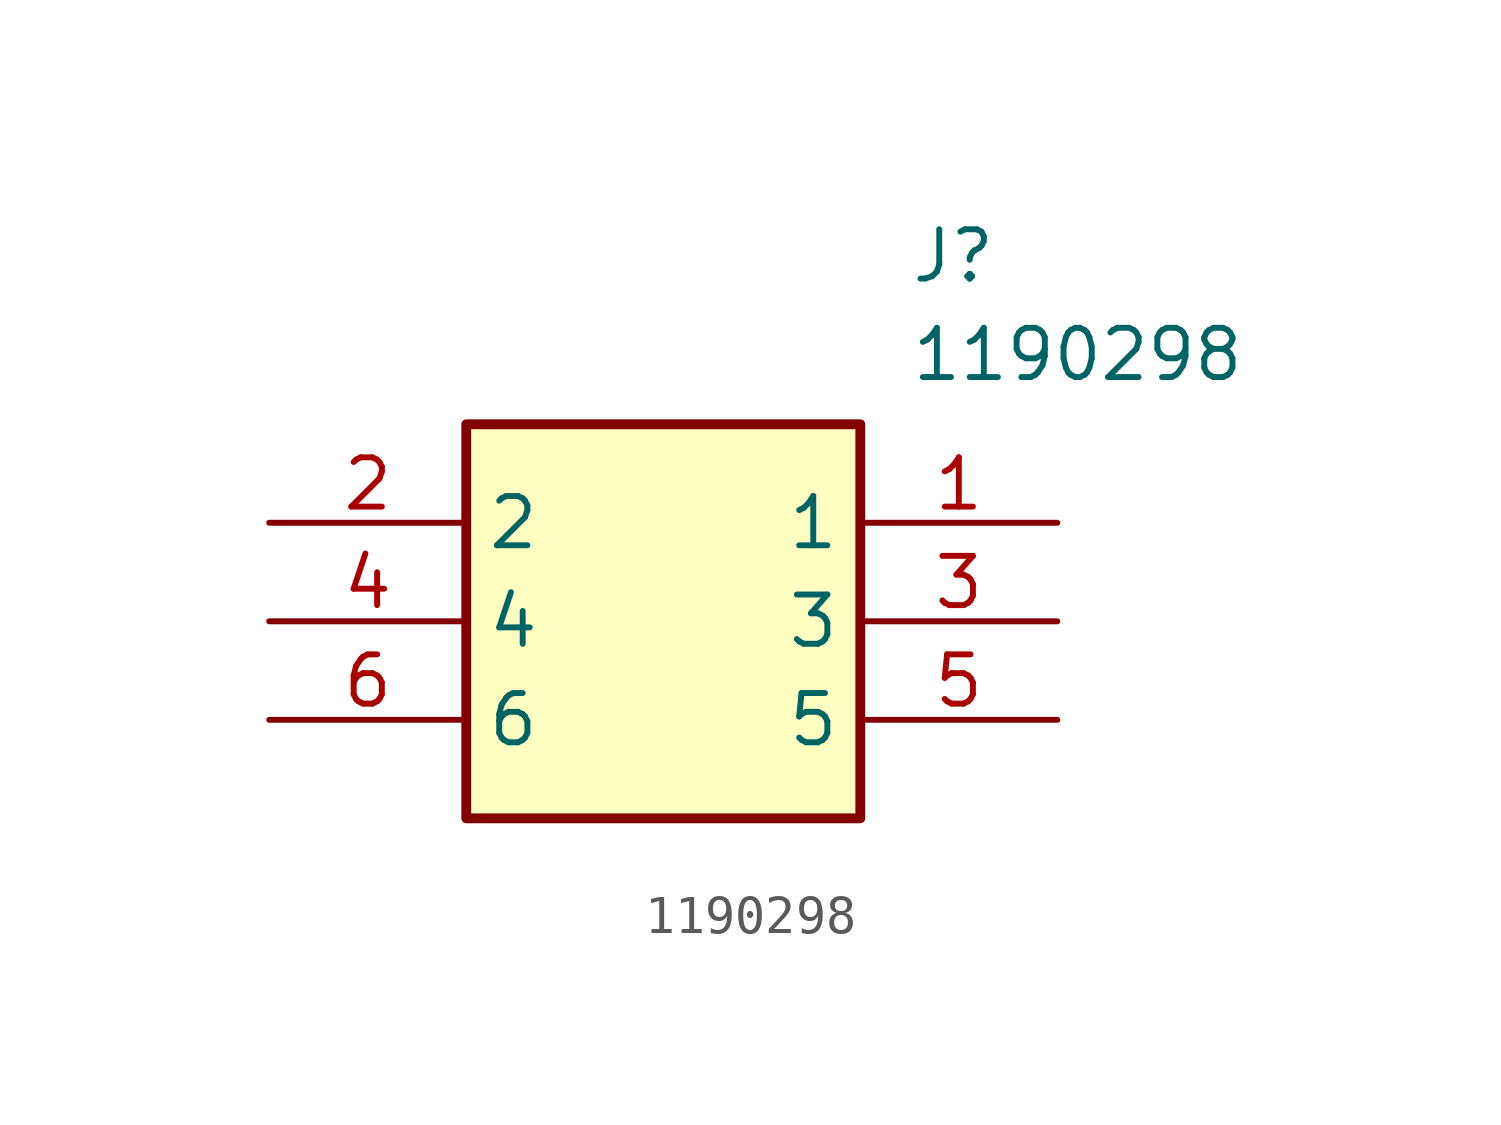
<source format=kicad_sym>
(kicad_symbol_lib
  (version 20211014)
  (generator SamacSys_ECAD_Model)
  (symbol "1190298"
    (property "Reference" "J"
      (at 16.51 7.62 0)
      (effects (font (size 1.27 1.27)) (justify left top)))
    (property "Value" "1190298"
      (at 16.51 5.08 0)
      (effects (font (size 1.27 1.27)) (justify left top)))
    (rectangle
      (start 5.08 2.54)
      (end 15.24 -7.62)
      (stroke (width 0.254) (type default))
      (fill (type background)))
    (pin passive line
      (at 20.32 0 180)
      (length 5.08)
      (name "1" (effects (font (size 1.27 1.27))))
      (number "1" (effects (font (size 1.27 1.27)))))
    (pin passive line
      (at 0 0 0)
      (length 5.08)
      (name "2" (effects (font (size 1.27 1.27))))
      (number "2" (effects (font (size 1.27 1.27)))))
    (pin passive line
      (at 20.32 -2.54 180)
      (length 5.08)
      (name "3" (effects (font (size 1.27 1.27))))
      (number "3" (effects (font (size 1.27 1.27)))))
    (pin passive line
      (at 0 -2.54 0)
      (length 5.08)
      (name "4" (effects (font (size 1.27 1.27))))
      (number "4" (effects (font (size 1.27 1.27)))))
    (pin passive line
      (at 20.32 -5.08 180)
      (length 5.08)
      (name "5" (effects (font (size 1.27 1.27))))
      (number "5" (effects (font (size 1.27 1.27)))))
    (pin passive line
      (at 0 -5.08 0)
      (length 5.08)
      (name "6" (effects (font (size 1.27 1.27))))
      (number "6" (effects (font (size 1.27 1.27)))))))
</source>
